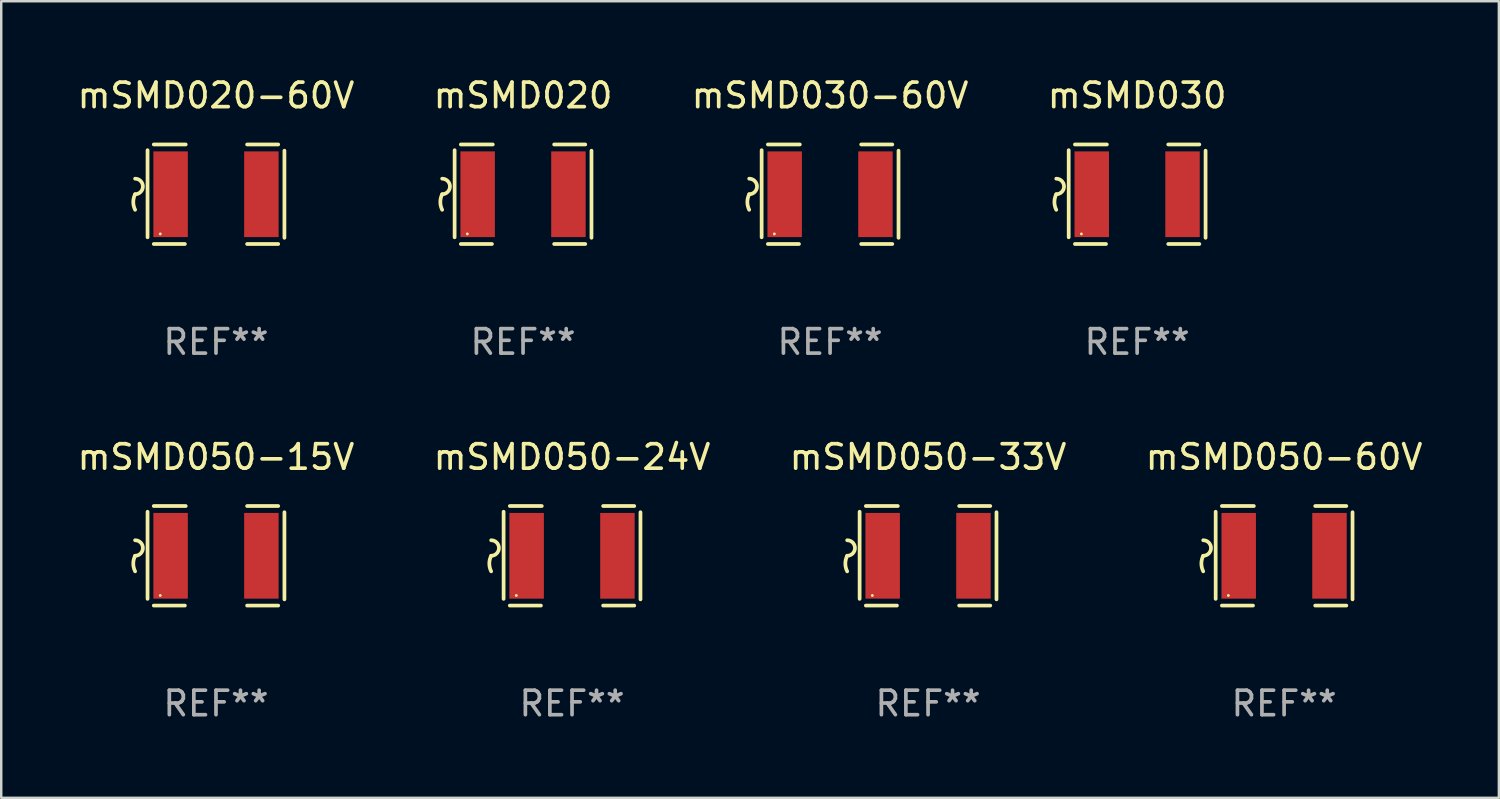
<source format=kicad_pcb>
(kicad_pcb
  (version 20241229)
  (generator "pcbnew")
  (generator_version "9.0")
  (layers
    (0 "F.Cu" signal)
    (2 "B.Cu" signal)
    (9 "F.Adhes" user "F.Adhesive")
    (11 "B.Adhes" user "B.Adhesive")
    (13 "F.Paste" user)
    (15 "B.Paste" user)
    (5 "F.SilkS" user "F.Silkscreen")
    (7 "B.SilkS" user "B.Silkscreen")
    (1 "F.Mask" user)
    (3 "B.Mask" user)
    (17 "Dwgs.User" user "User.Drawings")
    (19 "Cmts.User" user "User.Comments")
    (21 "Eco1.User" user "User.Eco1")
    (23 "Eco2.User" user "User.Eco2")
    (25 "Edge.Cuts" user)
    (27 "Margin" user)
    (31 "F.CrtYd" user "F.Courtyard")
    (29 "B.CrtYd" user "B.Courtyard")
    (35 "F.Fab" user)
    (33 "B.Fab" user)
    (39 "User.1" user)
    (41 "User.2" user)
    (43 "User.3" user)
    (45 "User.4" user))
  (footprint "mSMD050-60V"
    (layer "F.Cu")
    (at 49.375 19.641)
    (property "Reference" "mSMD050-60V" (at 0 -4.032 0) (layer "F.SilkS") (effects (font (size 1 1) (thickness 0.15))))
    (attr through_hole)
    (fp_line (start -2.794 -1.798) (end -2.794 1.758) (stroke (width 0.152) (type solid)) (layer "F.SilkS"))
    (fp_line (start -2.54 -2.032) (end -1.235 -2.032) (stroke (width 0.152) (type solid)) (layer "F.SilkS"))
    (fp_line (start -1.27 2.032) (end -2.54 2.032) (stroke (width 0.152) (type solid)) (layer "F.SilkS"))
    (fp_line (start 1.27 2.032) (end 2.54 2.032) (stroke (width 0.152) (type solid)) (layer "F.SilkS"))
    (fp_line (start 2.54 -2.032) (end 1.27 -2.032) (stroke (width 0.152) (type solid)) (layer "F.SilkS"))
    (fp_line (start 2.794 -1.778) (end 2.794 1.778) (stroke (width 0.152) (type solid)) (layer "F.SilkS"))
    (fp_arc (start -3.302007 -0.635002) (mid -2.984506 -0.317501) (end -3.302007 0) (stroke (width 0.151994) (type solid)) (layer "F.SilkS"))
    (fp_arc (start -3.302007 0.635002) (mid -3.376959 0.317501) (end -3.302007 0) (stroke (width 0.151994) (type solid)) (layer "F.SilkS"))
    (fp_circle (center -2.275 1.62) (end -2.245 1.62) (stroke (width 0.06) (type solid)) (fill no) (layer "F.SilkS"))
    (fp_text user "REF**" (at 0 6.032 0) (layer "F.Fab") (effects (font (size 1 1) (thickness 0.15))))
    (pad "1" smd rect (at -1.853 0) (size 1.407 3.499) (layers "F.Cu" "F.Mask" "F.Paste"))
    (pad "2" smd rect (at 1.853 0) (size 1.407 3.499) (layers "F.Cu" "F.Mask" "F.Paste")))
  (footprint "mSMD050-15V"
    (layer "F.Cu")
    (at 5.768 19.641)
    (property "Reference" "mSMD050-15V" (at 0 -4.032 0) (layer "F.SilkS") (effects (font (size 1 1) (thickness 0.15))))
    (attr through_hole)
    (fp_line (start -2.794 -1.798) (end -2.794 1.758) (stroke (width 0.152) (type solid)) (layer "F.SilkS"))
    (fp_line (start -2.54 -2.032) (end -1.235 -2.032) (stroke (width 0.152) (type solid)) (layer "F.SilkS"))
    (fp_line (start -1.27 2.032) (end -2.54 2.032) (stroke (width 0.152) (type solid)) (layer "F.SilkS"))
    (fp_line (start 1.27 2.032) (end 2.54 2.032) (stroke (width 0.152) (type solid)) (layer "F.SilkS"))
    (fp_line (start 2.54 -2.032) (end 1.27 -2.032) (stroke (width 0.152) (type solid)) (layer "F.SilkS"))
    (fp_line (start 2.794 -1.778) (end 2.794 1.778) (stroke (width 0.152) (type solid)) (layer "F.SilkS"))
    (fp_arc (start -3.302007 -0.635002) (mid -2.984506 -0.317501) (end -3.302007 0) (stroke (width 0.151994) (type solid)) (layer "F.SilkS"))
    (fp_arc (start -3.302007 0.635002) (mid -3.376959 0.317501) (end -3.302007 0) (stroke (width 0.151994) (type solid)) (layer "F.SilkS"))
    (fp_circle (center -2.275 1.62) (end -2.245 1.62) (stroke (width 0.06) (type solid)) (fill no) (layer "F.SilkS"))
    (fp_text user "REF**" (at 0 6.032 0) (layer "F.Fab") (effects (font (size 1 1) (thickness 0.15))))
    (pad "1" smd rect (at -1.853 0) (size 1.407 3.499) (layers "F.Cu" "F.Mask" "F.Paste"))
    (pad "2" smd rect (at 1.853 0) (size 1.407 3.499) (layers "F.Cu" "F.Mask" "F.Paste")))
  (footprint "mSMD020-60V"
    (layer "F.Cu")
    (at 5.768 4.88)
    (property "Reference" "mSMD020-60V" (at 0 -4.032 0) (layer "F.SilkS") (effects (font (size 1 1) (thickness 0.15))))
    (attr through_hole)
    (fp_line (start -2.794 -1.798) (end -2.794 1.758) (stroke (width 0.152) (type solid)) (layer "F.SilkS"))
    (fp_line (start -2.54 -2.032) (end -1.235 -2.032) (stroke (width 0.152) (type solid)) (layer "F.SilkS"))
    (fp_line (start -1.27 2.032) (end -2.54 2.032) (stroke (width 0.152) (type solid)) (layer "F.SilkS"))
    (fp_line (start 1.27 2.032) (end 2.54 2.032) (stroke (width 0.152) (type solid)) (layer "F.SilkS"))
    (fp_line (start 2.54 -2.032) (end 1.27 -2.032) (stroke (width 0.152) (type solid)) (layer "F.SilkS"))
    (fp_line (start 2.794 -1.778) (end 2.794 1.778) (stroke (width 0.152) (type solid)) (layer "F.SilkS"))
    (fp_arc (start -3.302007 -0.635002) (mid -2.984506 -0.317501) (end -3.302007 0) (stroke (width 0.151994) (type solid)) (layer "F.SilkS"))
    (fp_arc (start -3.302007 0.635002) (mid -3.376959 0.317501) (end -3.302007 0) (stroke (width 0.151994) (type solid)) (layer "F.SilkS"))
    (fp_circle (center -2.275 1.62) (end -2.245 1.62) (stroke (width 0.06) (type solid)) (fill no) (layer "F.SilkS"))
    (fp_text user "REF**" (at 0 6.032 0) (layer "F.Fab") (effects (font (size 1 1) (thickness 0.15))))
    (pad "1" smd rect (at -1.853 0) (size 1.407 3.499) (layers "F.Cu" "F.Mask" "F.Paste"))
    (pad "2" smd rect (at 1.853 0) (size 1.407 3.499) (layers "F.Cu" "F.Mask" "F.Paste")))
  (footprint "mSMD030-60V"
    (layer "F.Cu")
    (at 30.839 4.88)
    (property "Reference" "mSMD030-60V" (at 0 -4.032 0) (layer "F.SilkS") (effects (font (size 1 1) (thickness 0.15))))
    (attr through_hole)
    (fp_line (start -2.794 -1.798) (end -2.794 1.758) (stroke (width 0.152) (type solid)) (layer "F.SilkS"))
    (fp_line (start -2.54 -2.032) (end -1.235 -2.032) (stroke (width 0.152) (type solid)) (layer "F.SilkS"))
    (fp_line (start -1.27 2.032) (end -2.54 2.032) (stroke (width 0.152) (type solid)) (layer "F.SilkS"))
    (fp_line (start 1.27 2.032) (end 2.54 2.032) (stroke (width 0.152) (type solid)) (layer "F.SilkS"))
    (fp_line (start 2.54 -2.032) (end 1.27 -2.032) (stroke (width 0.152) (type solid)) (layer "F.SilkS"))
    (fp_line (start 2.794 -1.778) (end 2.794 1.778) (stroke (width 0.152) (type solid)) (layer "F.SilkS"))
    (fp_arc (start -3.302007 -0.635002) (mid -2.984506 -0.317501) (end -3.302007 0) (stroke (width 0.151994) (type solid)) (layer "F.SilkS"))
    (fp_arc (start -3.302007 0.635002) (mid -3.376959 0.317501) (end -3.302007 0) (stroke (width 0.151994) (type solid)) (layer "F.SilkS"))
    (fp_circle (center -2.275 1.62) (end -2.245 1.62) (stroke (width 0.06) (type solid)) (fill no) (layer "F.SilkS"))
    (fp_text user "REF**" (at 0 6.032 0) (layer "F.Fab") (effects (font (size 1 1) (thickness 0.15))))
    (pad "1" smd rect (at -1.853 0) (size 1.407 3.499) (layers "F.Cu" "F.Mask" "F.Paste"))
    (pad "2" smd rect (at 1.853 0) (size 1.407 3.499) (layers "F.Cu" "F.Mask" "F.Paste")))
  (footprint "mSMD050-33V"
    (layer "F.Cu")
    (at 34.839 19.641)
    (property "Reference" "mSMD050-33V" (at 0 -4.032 0) (layer "F.SilkS") (effects (font (size 1 1) (thickness 0.15))))
    (attr through_hole)
    (fp_line (start -2.794 -1.798) (end -2.794 1.758) (stroke (width 0.152) (type solid)) (layer "F.SilkS"))
    (fp_line (start -2.54 -2.032) (end -1.235 -2.032) (stroke (width 0.152) (type solid)) (layer "F.SilkS"))
    (fp_line (start -1.27 2.032) (end -2.54 2.032) (stroke (width 0.152) (type solid)) (layer "F.SilkS"))
    (fp_line (start 1.27 2.032) (end 2.54 2.032) (stroke (width 0.152) (type solid)) (layer "F.SilkS"))
    (fp_line (start 2.54 -2.032) (end 1.27 -2.032) (stroke (width 0.152) (type solid)) (layer "F.SilkS"))
    (fp_line (start 2.794 -1.778) (end 2.794 1.778) (stroke (width 0.152) (type solid)) (layer "F.SilkS"))
    (fp_arc (start -3.302007 -0.635002) (mid -2.984506 -0.317501) (end -3.302007 0) (stroke (width 0.151994) (type solid)) (layer "F.SilkS"))
    (fp_arc (start -3.302007 0.635002) (mid -3.376959 0.317501) (end -3.302007 0) (stroke (width 0.151994) (type solid)) (layer "F.SilkS"))
    (fp_circle (center -2.275 1.62) (end -2.245 1.62) (stroke (width 0.06) (type solid)) (fill no) (layer "F.SilkS"))
    (fp_text user "REF**" (at 0 6.032 0) (layer "F.Fab") (effects (font (size 1 1) (thickness 0.15))))
    (pad "1" smd rect (at -1.853 0) (size 1.407 3.499) (layers "F.Cu" "F.Mask" "F.Paste"))
    (pad "2" smd rect (at 1.853 0) (size 1.407 3.499) (layers "F.Cu" "F.Mask" "F.Paste")))
  (footprint "mSMD050-24V"
    (layer "F.Cu")
    (at 20.304 19.641)
    (property "Reference" "mSMD050-24V" (at 0 -4.032 0) (layer "F.SilkS") (effects (font (size 1 1) (thickness 0.15))))
    (attr through_hole)
    (fp_line (start -2.794 -1.798) (end -2.794 1.758) (stroke (width 0.152) (type solid)) (layer "F.SilkS"))
    (fp_line (start -2.54 -2.032) (end -1.235 -2.032) (stroke (width 0.152) (type solid)) (layer "F.SilkS"))
    (fp_line (start -1.27 2.032) (end -2.54 2.032) (stroke (width 0.152) (type solid)) (layer "F.SilkS"))
    (fp_line (start 1.27 2.032) (end 2.54 2.032) (stroke (width 0.152) (type solid)) (layer "F.SilkS"))
    (fp_line (start 2.54 -2.032) (end 1.27 -2.032) (stroke (width 0.152) (type solid)) (layer "F.SilkS"))
    (fp_line (start 2.794 -1.778) (end 2.794 1.778) (stroke (width 0.152) (type solid)) (layer "F.SilkS"))
    (fp_arc (start -3.302007 -0.635002) (mid -2.984506 -0.317501) (end -3.302007 0) (stroke (width 0.151994) (type solid)) (layer "F.SilkS"))
    (fp_arc (start -3.302007 0.635002) (mid -3.376959 0.317501) (end -3.302007 0) (stroke (width 0.151994) (type solid)) (layer "F.SilkS"))
    (fp_circle (center -2.275 1.62) (end -2.245 1.62) (stroke (width 0.06) (type solid)) (fill no) (layer "F.SilkS"))
    (fp_text user "REF**" (at 0 6.032 0) (layer "F.Fab") (effects (font (size 1 1) (thickness 0.15))))
    (pad "1" smd rect (at -1.853 0) (size 1.407 3.499) (layers "F.Cu" "F.Mask" "F.Paste"))
    (pad "2" smd rect (at 1.853 0) (size 1.407 3.499) (layers "F.Cu" "F.Mask" "F.Paste")))
  (footprint "mSMD020"
    (layer "F.Cu")
    (at 18.304 4.88)
    (property "Reference" "mSMD020" (at 0 -4.032 0) (layer "F.SilkS") (effects (font (size 1 1) (thickness 0.15))))
    (attr through_hole)
    (fp_line (start -2.794 -1.798) (end -2.794 1.758) (stroke (width 0.152) (type solid)) (layer "F.SilkS"))
    (fp_line (start -2.54 -2.032) (end -1.235 -2.032) (stroke (width 0.152) (type solid)) (layer "F.SilkS"))
    (fp_line (start -1.27 2.032) (end -2.54 2.032) (stroke (width 0.152) (type solid)) (layer "F.SilkS"))
    (fp_line (start 1.27 2.032) (end 2.54 2.032) (stroke (width 0.152) (type solid)) (layer "F.SilkS"))
    (fp_line (start 2.54 -2.032) (end 1.27 -2.032) (stroke (width 0.152) (type solid)) (layer "F.SilkS"))
    (fp_line (start 2.794 -1.778) (end 2.794 1.778) (stroke (width 0.152) (type solid)) (layer "F.SilkS"))
    (fp_arc (start -3.302007 -0.635002) (mid -2.984506 -0.317501) (end -3.302007 0) (stroke (width 0.151994) (type solid)) (layer "F.SilkS"))
    (fp_arc (start -3.302007 0.635002) (mid -3.376959 0.317501) (end -3.302007 0) (stroke (width 0.151994) (type solid)) (layer "F.SilkS"))
    (fp_circle (center -2.275 1.62) (end -2.245 1.62) (stroke (width 0.06) (type solid)) (fill no) (layer "F.SilkS"))
    (fp_text user "REF**" (at 0 6.032 0) (layer "F.Fab") (effects (font (size 1 1) (thickness 0.15))))
    (pad "1" smd rect (at -1.853 0) (size 1.407 3.499) (layers "F.Cu" "F.Mask" "F.Paste"))
    (pad "2" smd rect (at 1.853 0) (size 1.407 3.499) (layers "F.Cu" "F.Mask" "F.Paste")))
  (footprint "mSMD030"
    (layer "F.Cu")
    (at 43.375 4.88)
    (property "Reference" "mSMD030" (at 0 -4.032 0) (layer "F.SilkS") (effects (font (size 1 1) (thickness 0.15))))
    (attr through_hole)
    (fp_line (start -2.794 -1.798) (end -2.794 1.758) (stroke (width 0.152) (type solid)) (layer "F.SilkS"))
    (fp_line (start -2.54 -2.032) (end -1.235 -2.032) (stroke (width 0.152) (type solid)) (layer "F.SilkS"))
    (fp_line (start -1.27 2.032) (end -2.54 2.032) (stroke (width 0.152) (type solid)) (layer "F.SilkS"))
    (fp_line (start 1.27 2.032) (end 2.54 2.032) (stroke (width 0.152) (type solid)) (layer "F.SilkS"))
    (fp_line (start 2.54 -2.032) (end 1.27 -2.032) (stroke (width 0.152) (type solid)) (layer "F.SilkS"))
    (fp_line (start 2.794 -1.778) (end 2.794 1.778) (stroke (width 0.152) (type solid)) (layer "F.SilkS"))
    (fp_arc (start -3.302007 -0.635002) (mid -2.984506 -0.317501) (end -3.302007 0) (stroke (width 0.151994) (type solid)) (layer "F.SilkS"))
    (fp_arc (start -3.302007 0.635002) (mid -3.376959 0.317501) (end -3.302007 0) (stroke (width 0.151994) (type solid)) (layer "F.SilkS"))
    (fp_circle (center -2.275 1.62) (end -2.245 1.62) (stroke (width 0.06) (type solid)) (fill no) (layer "F.SilkS"))
    (fp_text user "REF**" (at 0 6.032 0) (layer "F.Fab") (effects (font (size 1 1) (thickness 0.15))))
    (pad "1" smd rect (at -1.853 0) (size 1.407 3.499) (layers "F.Cu" "F.Mask" "F.Paste"))
    (pad "2" smd rect (at 1.853 0) (size 1.407 3.499) (layers "F.Cu" "F.Mask" "F.Paste")))
  (gr_rect
    (start -3 -3)
    (end 58.143 29.521)
    (stroke (width 0.1) (type default))
    (fill no)
    (layer "Edge.Cuts")))
</source>
